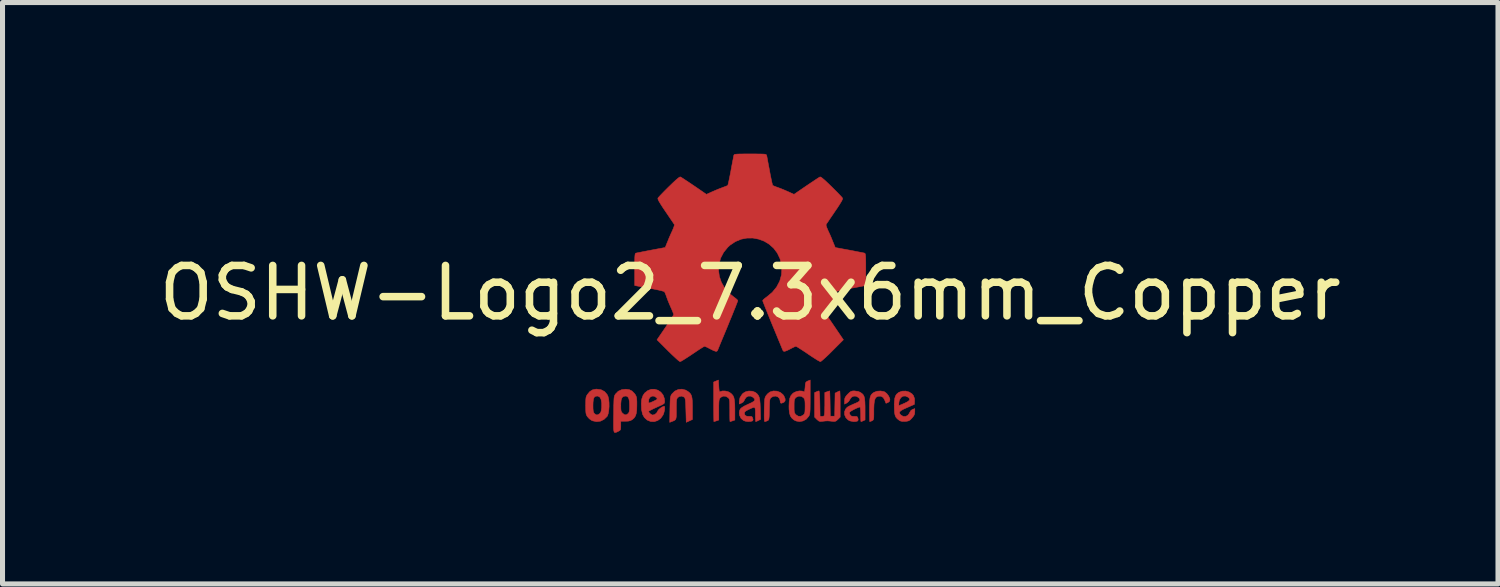
<source format=kicad_pcb>
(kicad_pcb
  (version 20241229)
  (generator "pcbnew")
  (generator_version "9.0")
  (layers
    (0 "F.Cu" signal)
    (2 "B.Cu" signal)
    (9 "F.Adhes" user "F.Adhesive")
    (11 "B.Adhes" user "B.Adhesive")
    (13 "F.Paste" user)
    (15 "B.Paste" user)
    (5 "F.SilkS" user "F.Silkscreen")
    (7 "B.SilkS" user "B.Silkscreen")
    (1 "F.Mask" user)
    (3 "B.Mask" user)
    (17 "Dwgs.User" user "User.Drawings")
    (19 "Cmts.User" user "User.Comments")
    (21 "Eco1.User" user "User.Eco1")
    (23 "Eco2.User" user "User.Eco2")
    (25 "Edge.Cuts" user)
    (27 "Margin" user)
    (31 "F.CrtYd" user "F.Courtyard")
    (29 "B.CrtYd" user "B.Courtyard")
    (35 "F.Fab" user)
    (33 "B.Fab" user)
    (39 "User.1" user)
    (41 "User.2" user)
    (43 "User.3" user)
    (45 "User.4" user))
  (footprint "OSHW-Logo2_7.3x6mm_Copper"
    (layer "F.Cu")
    (at 11.839 2.763)
    (property "Reference" "OSHW-Logo2_7.3x6mm_Copper" (at 0 0 0) (layer "F.SilkS") (effects (font (size 1 1) (thickness 0.15))))
    (attr exclude_from_pos_files exclude_from_bom allow_missing_courtyard)
    (fp_poly (pts (xy 2.653 1.959) (xy 2.67 1.966) (xy 2.711 1.999) (xy 2.747 2.047) (xy 2.769 2.097) (xy 2.772 2.122) (xy 2.76 2.157) (xy 2.734 2.175) (xy 2.706 2.187) (xy 2.693 2.189) (xy 2.687 2.174) (xy 2.674 2.141) (xy 2.669 2.127) (xy 2.639 2.076) (xy 2.595 2.05) (xy 2.538 2.051) (xy 2.534 2.052) (xy 2.504 2.067) (xy 2.481 2.094) (xy 2.466 2.139) (xy 2.457 2.205) (xy 2.453 2.294) (xy 2.453 2.341) (xy 2.453 2.416) (xy 2.452 2.467) (xy 2.448 2.499) (xy 2.442 2.518) (xy 2.432 2.529) (xy 2.417 2.537) (xy 2.416 2.538) (xy 2.387 2.55) (xy 2.372 2.555) (xy 2.37 2.541) (xy 2.368 2.503) (xy 2.367 2.446) (xy 2.366 2.374) (xy 2.366 2.322) (xy 2.367 2.22) (xy 2.37 2.143) (xy 2.377 2.086) (xy 2.389 2.045) (xy 2.407 2.014) (xy 2.432 1.99) (xy 2.457 1.973) (xy 2.517 1.951) (xy 2.587 1.946) (xy 2.653 1.959)) (stroke (width 0.01) (type solid)) (fill yes) (layer "F.Cu"))
    (fp_poly (pts (xy -1.284 1.928) (xy -1.237 1.955) (xy -1.205 1.981) (xy -1.181 2.009) (xy -1.165 2.044) (xy -1.155 2.089) (xy -1.149 2.151) (xy -1.147 2.234) (xy -1.147 2.293) (xy -1.147 2.512) (xy -1.208 2.54) (xy -1.27 2.568) (xy -1.277 2.328) (xy -1.28 2.238) (xy -1.283 2.173) (xy -1.287 2.128) (xy -1.293 2.099) (xy -1.3 2.081) (xy -1.31 2.07) (xy -1.313 2.067) (xy -1.36 2.048) (xy -1.408 2.056) (xy -1.437 2.076) (xy -1.449 2.09) (xy -1.457 2.108) (xy -1.462 2.136) (xy -1.465 2.179) (xy -1.466 2.242) (xy -1.466 2.307) (xy -1.466 2.389) (xy -1.467 2.447) (xy -1.472 2.486) (xy -1.482 2.512) (xy -1.499 2.528) (xy -1.525 2.541) (xy -1.56 2.554) (xy -1.598 2.569) (xy -1.594 2.311) (xy -1.592 2.219) (xy -1.59 2.15) (xy -1.587 2.101) (xy -1.582 2.066) (xy -1.575 2.042) (xy -1.566 2.022) (xy -1.554 2.005) (xy -1.499 1.95) (xy -1.431 1.918) (xy -1.357 1.91) (xy -1.284 1.928)) (stroke (width 0.01) (type solid)) (fill yes) (layer "F.Cu"))
    (fp_poly (pts (xy 0.53 1.95) (xy 0.596 1.974) (xy 0.649 2.017) (xy 0.67 2.047) (xy 0.693 2.103) (xy 0.692 2.143) (xy 0.669 2.17) (xy 0.66 2.175) (xy 0.622 2.189) (xy 0.602 2.185) (xy 0.595 2.161) (xy 0.595 2.148) (xy 0.583 2.099) (xy 0.551 2.065) (xy 0.508 2.048) (xy 0.459 2.053) (xy 0.419 2.074) (xy 0.405 2.087) (xy 0.396 2.101) (xy 0.389 2.124) (xy 0.385 2.159) (xy 0.383 2.212) (xy 0.381 2.288) (xy 0.38 2.312) (xy 0.378 2.394) (xy 0.376 2.451) (xy 0.372 2.49) (xy 0.367 2.513) (xy 0.359 2.526) (xy 0.347 2.535) (xy 0.339 2.538) (xy 0.307 2.55) (xy 0.288 2.555) (xy 0.282 2.541) (xy 0.278 2.5) (xy 0.277 2.431) (xy 0.278 2.334) (xy 0.278 2.319) (xy 0.28 2.23) (xy 0.283 2.165) (xy 0.286 2.119) (xy 0.292 2.087) (xy 0.3 2.064) (xy 0.311 2.044) (xy 0.317 2.035) (xy 0.35 1.998) (xy 0.388 1.969) (xy 0.392 1.966) (xy 0.459 1.946) (xy 0.53 1.95)) (stroke (width 0.01) (type solid)) (fill yes) (layer "F.Cu"))
    (fp_poly (pts (xy -0.624 1.851) (xy -0.62 1.911) (xy -0.615 1.946) (xy -0.608 1.961) (xy -0.598 1.961) (xy -0.595 1.959) (xy -0.552 1.946) (xy -0.497 1.947) (xy -0.44 1.96) (xy -0.405 1.978) (xy -0.369 2.006) (xy -0.342 2.038) (xy -0.324 2.078) (xy -0.313 2.132) (xy -0.307 2.204) (xy -0.305 2.299) (xy -0.305 2.317) (xy -0.305 2.523) (xy -0.351 2.539) (xy -0.383 2.549) (xy -0.401 2.554) (xy -0.401 2.555) (xy -0.403 2.541) (xy -0.405 2.503) (xy -0.406 2.446) (xy -0.406 2.375) (xy -0.406 2.332) (xy -0.407 2.247) (xy -0.408 2.186) (xy -0.41 2.144) (xy -0.415 2.117) (xy -0.422 2.098) (xy -0.433 2.085) (xy -0.44 2.078) (xy -0.487 2.051) (xy -0.538 2.049) (xy -0.584 2.072) (xy -0.593 2.08) (xy -0.605 2.095) (xy -0.614 2.114) (xy -0.619 2.14) (xy -0.622 2.18) (xy -0.624 2.238) (xy -0.624 2.318) (xy -0.624 2.523) (xy -0.67 2.539) (xy -0.702 2.549) (xy -0.72 2.554) (xy -0.721 2.555) (xy -0.722 2.541) (xy -0.723 2.501) (xy -0.724 2.441) (xy -0.725 2.362) (xy -0.726 2.269) (xy -0.726 2.167) (xy -0.726 1.769) (xy -0.679 1.749) (xy -0.631 1.73) (xy -0.624 1.851)) (stroke (width 0.01) (type solid)) (fill yes) (layer "F.Cu"))
    (fp_poly (pts (xy 1.78 1.959) (xy 1.782 1.997) (xy 1.784 2.055) (xy 1.785 2.128) (xy 1.785 2.205) (xy 1.785 2.465) (xy 1.739 2.511) (xy 1.708 2.539) (xy 1.68 2.551) (xy 1.642 2.55) (xy 1.627 2.548) (xy 1.58 2.543) (xy 1.541 2.54) (xy 1.531 2.54) (xy 1.499 2.541) (xy 1.453 2.546) (xy 1.436 2.548) (xy 1.392 2.552) (xy 1.363 2.544) (xy 1.334 2.521) (xy 1.323 2.511) (xy 1.277 2.465) (xy 1.277 1.979) (xy 1.314 1.962) (xy 1.346 1.949) (xy 1.365 1.945) (xy 1.369 1.959) (xy 1.374 1.997) (xy 1.378 2.056) (xy 1.381 2.132) (xy 1.382 2.195) (xy 1.386 2.446) (xy 1.421 2.451) (xy 1.452 2.447) (xy 1.468 2.436) (xy 1.472 2.415) (xy 1.476 2.371) (xy 1.478 2.309) (xy 1.48 2.235) (xy 1.48 2.197) (xy 1.48 1.977) (xy 1.526 1.961) (xy 1.559 1.95) (xy 1.576 1.945) (xy 1.577 1.945) (xy 1.578 1.959) (xy 1.58 1.997) (xy 1.582 2.054) (xy 1.584 2.127) (xy 1.585 2.195) (xy 1.589 2.446) (xy 1.676 2.446) (xy 1.68 2.217) (xy 1.684 1.989) (xy 1.727 1.967) (xy 1.758 1.952) (xy 1.777 1.945) (xy 1.777 1.945) (xy 1.78 1.959)) (stroke (width 0.01) (type solid)) (fill yes) (layer "F.Cu"))
    (fp_poly (pts (xy -2.959 1.922) (xy -2.891 1.958) (xy -2.841 2.015) (xy -2.823 2.052) (xy -2.809 2.108) (xy -2.802 2.178) (xy -2.801 2.255) (xy -2.807 2.33) (xy -2.818 2.394) (xy -2.834 2.441) (xy -2.839 2.449) (xy -2.9 2.509) (xy -2.971 2.545) (xy -3.049 2.555) (xy -3.127 2.539) (xy -3.149 2.529) (xy -3.192 2.499) (xy -3.229 2.459) (xy -3.233 2.454) (xy -3.247 2.43) (xy -3.257 2.404) (xy -3.262 2.37) (xy -3.265 2.321) (xy -3.266 2.251) (xy -3.266 2.235) (xy -3.266 2.23) (xy -3.121 2.23) (xy -3.12 2.296) (xy -3.116 2.34) (xy -3.109 2.369) (xy -3.098 2.388) (xy -3.092 2.395) (xy -3.057 2.42) (xy -3.023 2.419) (xy -2.989 2.397) (xy -2.969 2.374) (xy -2.957 2.34) (xy -2.95 2.288) (xy -2.949 2.281) (xy -2.948 2.186) (xy -2.96 2.114) (xy -2.985 2.068) (xy -3.023 2.048) (xy -3.037 2.047) (xy -3.073 2.052) (xy -3.097 2.072) (xy -3.112 2.109) (xy -3.119 2.168) (xy -3.121 2.23) (xy -3.266 2.23) (xy -3.265 2.16) (xy -3.263 2.108) (xy -3.258 2.072) (xy -3.249 2.045) (xy -3.236 2.022) (xy -3.233 2.017) (xy -3.184 1.958) (xy -3.13 1.924) (xy -3.064 1.91) (xy -3.042 1.91) (xy -2.959 1.922)) (stroke (width 0.01) (type solid)) (fill yes) (layer "F.Cu"))
    (fp_poly (pts (xy 3.154 1.967) (xy 3.211 2.004) (xy 3.239 2.038) (xy 3.261 2.099) (xy 3.262 2.147) (xy 3.258 2.212) (xy 3.11 2.277) (xy 3.037 2.31) (xy 2.99 2.337) (xy 2.966 2.36) (xy 2.961 2.383) (xy 2.975 2.407) (xy 2.99 2.424) (xy 3.034 2.45) (xy 3.081 2.452) (xy 3.125 2.432) (xy 3.157 2.391) (xy 3.163 2.376) (xy 3.191 2.331) (xy 3.222 2.312) (xy 3.266 2.296) (xy 3.266 2.358) (xy 3.262 2.4) (xy 3.247 2.436) (xy 3.215 2.477) (xy 3.211 2.482) (xy 3.176 2.519) (xy 3.145 2.538) (xy 3.108 2.547) (xy 3.076 2.55) (xy 3.02 2.551) (xy 2.981 2.542) (xy 2.956 2.528) (xy 2.917 2.497) (xy 2.89 2.465) (xy 2.873 2.423) (xy 2.863 2.368) (xy 2.86 2.291) (xy 2.859 2.253) (xy 2.86 2.206) (xy 2.948 2.206) (xy 2.949 2.231) (xy 2.952 2.235) (xy 2.968 2.23) (xy 3.004 2.215) (xy 3.052 2.194) (xy 3.062 2.19) (xy 3.123 2.159) (xy 3.157 2.132) (xy 3.164 2.106) (xy 3.146 2.08) (xy 3.132 2.069) (xy 3.079 2.046) (xy 3.03 2.05) (xy 2.989 2.078) (xy 2.961 2.127) (xy 2.952 2.166) (xy 2.948 2.206) (xy 2.86 2.206) (xy 2.861 2.162) (xy 2.868 2.095) (xy 2.882 2.047) (xy 2.904 2.011) (xy 2.937 1.983) (xy 2.951 1.973) (xy 3.015 1.95) (xy 3.085 1.948) (xy 3.154 1.967)) (stroke (width 0.01) (type solid)) (fill yes) (layer "F.Cu"))
    (fp_poly (pts (xy 1.19 2.065) (xy 1.19 2.174) (xy 1.189 2.257) (xy 1.188 2.32) (xy 1.185 2.365) (xy 1.181 2.397) (xy 1.175 2.421) (xy 1.167 2.439) (xy 1.161 2.449) (xy 1.112 2.506) (xy 1.049 2.541) (xy 0.98 2.554) (xy 0.911 2.542) (xy 0.869 2.522) (xy 0.826 2.485) (xy 0.796 2.441) (xy 0.779 2.383) (xy 0.77 2.306) (xy 0.769 2.25) (xy 0.769 2.246) (xy 0.871 2.246) (xy 0.871 2.311) (xy 0.874 2.354) (xy 0.881 2.382) (xy 0.893 2.402) (xy 0.906 2.417) (xy 0.953 2.447) (xy 1.004 2.449) (xy 1.051 2.425) (xy 1.055 2.421) (xy 1.071 2.404) (xy 1.081 2.383) (xy 1.086 2.352) (xy 1.088 2.305) (xy 1.089 2.252) (xy 1.088 2.185) (xy 1.085 2.141) (xy 1.078 2.112) (xy 1.066 2.091) (xy 1.057 2.08) (xy 1.013 2.052) (xy 0.962 2.049) (xy 0.914 2.07) (xy 0.904 2.078) (xy 0.889 2.096) (xy 0.879 2.117) (xy 0.873 2.148) (xy 0.871 2.196) (xy 0.871 2.246) (xy 0.769 2.246) (xy 0.773 2.159) (xy 0.785 2.09) (xy 0.807 2.039) (xy 0.842 1.998) (xy 0.869 1.978) (xy 0.919 1.956) (xy 0.976 1.945) (xy 1.03 1.948) (xy 1.06 1.959) (xy 1.071 1.962) (xy 1.079 1.951) (xy 1.084 1.919) (xy 1.089 1.871) (xy 1.093 1.817) (xy 1.099 1.784) (xy 1.111 1.766) (xy 1.131 1.754) (xy 1.143 1.748) (xy 1.19 1.729) (xy 1.19 2.065)) (stroke (width 0.01) (type solid)) (fill yes) (layer "F.Cu"))
    (fp_poly (pts (xy -1.832 1.931) (xy -1.774 1.97) (xy -1.73 2.025) (xy -1.704 2.096) (xy -1.698 2.148) (xy -1.699 2.17) (xy -1.704 2.187) (xy -1.718 2.201) (xy -1.745 2.218) (xy -1.79 2.239) (xy -1.857 2.269) (xy -1.858 2.27) (xy -1.92 2.298) (xy -1.97 2.323) (xy -2.005 2.342) (xy -2.017 2.353) (xy -2.017 2.353) (xy -2.006 2.376) (xy -1.98 2.402) (xy -1.949 2.42) (xy -1.934 2.424) (xy -1.891 2.411) (xy -1.855 2.379) (xy -1.837 2.345) (xy -1.82 2.319) (xy -1.787 2.29) (xy -1.748 2.264) (xy -1.713 2.25) (xy -1.706 2.25) (xy -1.698 2.262) (xy -1.697 2.294) (xy -1.703 2.337) (xy -1.715 2.383) (xy -1.73 2.423) (xy -1.731 2.424) (xy -1.777 2.489) (xy -1.837 2.533) (xy -1.906 2.555) (xy -1.976 2.552) (xy -2.044 2.524) (xy -2.047 2.522) (xy -2.101 2.473) (xy -2.136 2.41) (xy -2.155 2.327) (xy -2.158 2.304) (xy -2.162 2.194) (xy -2.157 2.143) (xy -2.017 2.143) (xy -2.016 2.175) (xy -2.006 2.184) (xy -1.981 2.177) (xy -1.942 2.161) (xy -1.899 2.14) (xy -1.898 2.139) (xy -1.861 2.12) (xy -1.846 2.107) (xy -1.85 2.093) (xy -1.865 2.076) (xy -1.904 2.05) (xy -1.946 2.048) (xy -1.984 2.067) (xy -2.01 2.103) (xy -2.017 2.143) (xy -2.157 2.143) (xy -2.153 2.106) (xy -2.128 2.036) (xy -2.095 1.987) (xy -2.033 1.938) (xy -1.966 1.913) (xy -1.897 1.912) (xy -1.832 1.931)) (stroke (width 0.01) (type solid)) (fill yes) (layer "F.Cu"))
    (fp_poly (pts (xy 0.04 1.951) (xy 0.097 1.972) (xy 0.097 1.972) (xy 0.132 1.998) (xy 0.158 2.029) (xy 0.177 2.068) (xy 0.189 2.121) (xy 0.196 2.194) (xy 0.2 2.289) (xy 0.201 2.303) (xy 0.206 2.509) (xy 0.162 2.532) (xy 0.13 2.547) (xy 0.11 2.554) (xy 0.11 2.555) (xy 0.106 2.541) (xy 0.104 2.505) (xy 0.102 2.451) (xy 0.102 2.408) (xy 0.102 2.339) (xy 0.098 2.295) (xy 0.087 2.274) (xy 0.064 2.273) (xy 0.022 2.289) (xy -0.04 2.318) (xy -0.086 2.342) (xy -0.109 2.363) (xy -0.116 2.386) (xy -0.116 2.387) (xy -0.105 2.426) (xy -0.071 2.447) (xy -0.019 2.451) (xy 0.018 2.45) (xy 0.038 2.461) (xy 0.05 2.487) (xy 0.057 2.519) (xy 0.047 2.538) (xy 0.043 2.541) (xy 0.007 2.551) (xy -0.043 2.553) (xy -0.095 2.546) (xy -0.132 2.533) (xy -0.183 2.49) (xy -0.212 2.429) (xy -0.218 2.382) (xy -0.213 2.34) (xy -0.198 2.305) (xy -0.166 2.275) (xy -0.115 2.244) (xy -0.041 2.209) (xy -0.036 2.207) (xy 0.031 2.176) (xy 0.072 2.151) (xy 0.09 2.128) (xy 0.086 2.105) (xy 0.063 2.078) (xy 0.056 2.072) (xy 0.009 2.048) (xy -0.04 2.049) (xy -0.082 2.072) (xy -0.111 2.116) (xy -0.113 2.124) (xy -0.139 2.165) (xy -0.171 2.185) (xy -0.218 2.205) (xy -0.218 2.154) (xy -0.204 2.08) (xy -0.161 2.012) (xy -0.139 1.99) (xy -0.089 1.961) (xy -0.026 1.947) (xy 0.04 1.951)) (stroke (width 0.01) (type solid)) (fill yes) (layer "F.Cu"))
    (fp_poly (pts (xy -2.4 1.92) (xy -2.345 1.948) (xy -2.296 1.998) (xy -2.282 2.017) (xy -2.268 2.042) (xy -2.258 2.069) (xy -2.253 2.105) (xy -2.25 2.156) (xy -2.25 2.224) (xy -2.252 2.318) (xy -2.261 2.388) (xy -2.277 2.44) (xy -2.303 2.48) (xy -2.34 2.513) (xy -2.342 2.515) (xy -2.379 2.535) (xy -2.422 2.545) (xy -2.478 2.547) (xy -2.569 2.547) (xy -2.569 2.635) (xy -2.57 2.684) (xy -2.575 2.713) (xy -2.588 2.73) (xy -2.614 2.745) (xy -2.62 2.748) (xy -2.649 2.762) (xy -2.672 2.77) (xy -2.688 2.771) (xy -2.7 2.761) (xy -2.707 2.737) (xy -2.712 2.696) (xy -2.713 2.636) (xy -2.713 2.553) (xy -2.712 2.445) (xy -2.711 2.413) (xy -2.71 2.302) (xy -2.709 2.229) (xy -2.569 2.229) (xy -2.568 2.29) (xy -2.565 2.331) (xy -2.557 2.358) (xy -2.543 2.378) (xy -2.533 2.388) (xy -2.495 2.418) (xy -2.46 2.42) (xy -2.425 2.396) (xy -2.424 2.395) (xy -2.409 2.376) (xy -2.401 2.351) (xy -2.396 2.312) (xy -2.395 2.252) (xy -2.395 2.238) (xy -2.398 2.156) (xy -2.409 2.099) (xy -2.429 2.064) (xy -2.458 2.048) (xy -2.476 2.047) (xy -2.516 2.054) (xy -2.544 2.078) (xy -2.561 2.123) (xy -2.568 2.191) (xy -2.569 2.229) (xy -2.709 2.229) (xy -2.708 2.215) (xy -2.706 2.15) (xy -2.704 2.103) (xy -2.7 2.069) (xy -2.694 2.045) (xy -2.687 2.028) (xy -2.677 2.012) (xy -2.673 2.006) (xy -2.619 1.951) (xy -2.55 1.92) (xy -2.47 1.911) (xy -2.4 1.92)) (stroke (width 0.01) (type solid)) (fill yes) (layer "F.Cu"))
    (fp_poly (pts (xy 2.145 1.956) (xy 2.187 1.975) (xy 2.219 1.998) (xy 2.244 2.024) (xy 2.26 2.057) (xy 2.271 2.103) (xy 2.276 2.165) (xy 2.279 2.249) (xy 2.279 2.305) (xy 2.279 2.521) (xy 2.242 2.538) (xy 2.213 2.55) (xy 2.198 2.555) (xy 2.195 2.541) (xy 2.193 2.505) (xy 2.192 2.452) (xy 2.192 2.409) (xy 2.19 2.348) (xy 2.187 2.3) (xy 2.182 2.271) (xy 2.178 2.264) (xy 2.153 2.271) (xy 2.112 2.287) (xy 2.066 2.309) (xy 2.021 2.333) (xy 1.986 2.355) (xy 1.97 2.37) (xy 1.97 2.37) (xy 1.971 2.397) (xy 1.984 2.423) (xy 2.006 2.444) (xy 2.038 2.451) (xy 2.065 2.451) (xy 2.104 2.45) (xy 2.124 2.459) (xy 2.136 2.483) (xy 2.138 2.488) (xy 2.143 2.522) (xy 2.129 2.543) (xy 2.092 2.552) (xy 2.052 2.554) (xy 1.981 2.541) (xy 1.943 2.521) (xy 1.898 2.476) (xy 1.873 2.42) (xy 1.871 2.361) (xy 1.892 2.306) (xy 1.923 2.271) (xy 1.953 2.252) (xy 2.002 2.228) (xy 2.058 2.203) (xy 2.068 2.199) (xy 2.13 2.172) (xy 2.166 2.148) (xy 2.177 2.124) (xy 2.167 2.097) (xy 2.148 2.076) (xy 2.104 2.05) (xy 2.056 2.048) (xy 2.012 2.068) (xy 1.981 2.108) (xy 1.977 2.118) (xy 1.952 2.156) (xy 1.917 2.184) (xy 1.872 2.207) (xy 1.872 2.141) (xy 1.875 2.102) (xy 1.886 2.07) (xy 1.911 2.036) (xy 1.935 2.01) (xy 1.972 1.974) (xy 2.001 1.954) (xy 2.033 1.946) (xy 2.068 1.945) (xy 2.145 1.956)) (stroke (width 0.01) (type solid)) (fill yes) (layer "F.Cu"))
    (fp_poly (pts (xy 0.104 -2.758) (xy 0.182 -2.757) (xy 0.239 -2.756) (xy 0.278 -2.754) (xy 0.303 -2.75) (xy 0.316 -2.744) (xy 0.323 -2.737) (xy 0.326 -2.726) (xy 0.327 -2.725) (xy 0.332 -2.701) (xy 0.341 -2.653) (xy 0.353 -2.587) (xy 0.368 -2.508) (xy 0.385 -2.42) (xy 0.385 -2.417) (xy 0.401 -2.331) (xy 0.417 -2.255) (xy 0.43 -2.194) (xy 0.44 -2.152) (xy 0.446 -2.133) (xy 0.447 -2.133) (xy 0.465 -2.124) (xy 0.502 -2.109) (xy 0.551 -2.091) (xy 0.552 -2.091) (xy 0.613 -2.068) (xy 0.686 -2.038) (xy 0.754 -2.008) (xy 0.757 -2.007) (xy 0.869 -1.956) (xy 1.115 -2.125) (xy 1.191 -2.176) (xy 1.26 -2.222) (xy 1.317 -2.26) (xy 1.359 -2.287) (xy 1.383 -2.301) (xy 1.385 -2.302) (xy 1.402 -2.298) (xy 1.434 -2.275) (xy 1.481 -2.235) (xy 1.546 -2.174) (xy 1.612 -2.11) (xy 1.676 -2.046) (xy 1.733 -1.989) (xy 1.78 -1.94) (xy 1.814 -1.904) (xy 1.83 -1.884) (xy 1.831 -1.883) (xy 1.833 -1.869) (xy 1.826 -1.847) (xy 1.809 -1.814) (xy 1.779 -1.765) (xy 1.737 -1.699) (xy 1.679 -1.614) (xy 1.629 -1.54) (xy 1.583 -1.473) (xy 1.546 -1.417) (xy 1.519 -1.378) (xy 1.506 -1.357) (xy 1.505 -1.356) (xy 1.507 -1.336) (xy 1.519 -1.298) (xy 1.54 -1.248) (xy 1.547 -1.232) (xy 1.58 -1.162) (xy 1.614 -1.082) (xy 1.642 -1.012) (xy 1.663 -0.961) (xy 1.679 -0.922) (xy 1.688 -0.901) (xy 1.689 -0.9) (xy 1.706 -0.897) (xy 1.746 -0.89) (xy 1.804 -0.879) (xy 1.875 -0.866) (xy 1.952 -0.852) (xy 2.032 -0.837) (xy 2.107 -0.822) (xy 2.174 -0.809) (xy 2.227 -0.799) (xy 2.26 -0.792) (xy 2.268 -0.79) (xy 2.276 -0.785) (xy 2.283 -0.774) (xy 2.287 -0.754) (xy 2.29 -0.72) (xy 2.292 -0.67) (xy 2.293 -0.599) (xy 2.293 -0.504) (xy 2.293 -0.465) (xy 2.293 -0.147) (xy 2.217 -0.132) (xy 2.175 -0.124) (xy 2.111 -0.112) (xy 2.035 -0.098) (xy 1.953 -0.083) (xy 1.93 -0.079) (xy 1.855 -0.064) (xy 1.789 -0.049) (xy 1.738 -0.037) (xy 1.709 -0.027) (xy 1.704 -0.024) (xy 1.691 -0.003) (xy 1.674 0.038) (xy 1.655 0.09) (xy 1.651 0.102) (xy 1.625 0.172) (xy 1.594 0.25) (xy 1.563 0.321) (xy 1.563 0.322) (xy 1.511 0.433) (xy 1.68 0.681) (xy 1.849 0.93) (xy 1.632 1.147) (xy 1.567 1.212) (xy 1.507 1.269) (xy 1.456 1.315) (xy 1.418 1.348) (xy 1.396 1.363) (xy 1.392 1.364) (xy 1.374 1.356) (xy 1.335 1.335) (xy 1.281 1.301) (xy 1.216 1.259) (xy 1.146 1.212) (xy 1.075 1.164) (xy 1.011 1.122) (xy 0.959 1.089) (xy 0.923 1.067) (xy 0.907 1.06) (xy 0.887 1.066) (xy 0.85 1.083) (xy 0.803 1.107) (xy 0.798 1.11) (xy 0.734 1.142) (xy 0.69 1.158) (xy 0.663 1.158) (xy 0.649 1.143) (xy 0.649 1.143) (xy 0.642 1.126) (xy 0.625 1.085) (xy 0.6 1.024) (xy 0.567 0.945) (xy 0.529 0.852) (xy 0.486 0.748) (xy 0.444 0.648) (xy 0.399 0.537) (xy 0.357 0.434) (xy 0.32 0.342) (xy 0.289 0.265) (xy 0.266 0.206) (xy 0.251 0.167) (xy 0.247 0.153) (xy 0.258 0.136) (xy 0.287 0.11) (xy 0.326 0.081) (xy 0.437 -0.011) (xy 0.523 -0.116) (xy 0.585 -0.233) (xy 0.62 -0.358) (xy 0.628 -0.49) (xy 0.622 -0.552) (xy 0.591 -0.678) (xy 0.538 -0.79) (xy 0.466 -0.886) (xy 0.378 -0.965) (xy 0.278 -1.026) (xy 0.168 -1.067) (xy 0.053 -1.089) (xy -0.065 -1.088) (xy -0.181 -1.066) (xy -0.294 -1.019) (xy -0.4 -0.948) (xy -0.444 -0.908) (xy -0.528 -0.805) (xy -0.587 -0.692) (xy -0.62 -0.573) (xy -0.629 -0.451) (xy -0.613 -0.329) (xy -0.573 -0.211) (xy -0.51 -0.1) (xy -0.423 0.002) (xy -0.326 0.081) (xy -0.286 0.111) (xy -0.257 0.137) (xy -0.247 0.153) (xy -0.252 0.17) (xy -0.267 0.21) (xy -0.291 0.272) (xy -0.323 0.35) (xy -0.36 0.443) (xy -0.403 0.546) (xy -0.444 0.648) (xy -0.49 0.759) (xy -0.533 0.862) (xy -0.571 0.953) (xy -0.603 1.03) (xy -0.627 1.09) (xy -0.643 1.129) (xy -0.649 1.143) (xy -0.663 1.158) (xy -0.69 1.158) (xy -0.734 1.142) (xy -0.797 1.11) (xy -0.798 1.11) (xy -0.845 1.085) (xy -0.884 1.067) (xy -0.906 1.06) (xy -0.907 1.06) (xy -0.923 1.067) (xy -0.96 1.089) (xy -1.012 1.122) (xy -1.075 1.164) (xy -1.146 1.212) (xy -1.218 1.26) (xy -1.283 1.302) (xy -1.336 1.335) (xy -1.374 1.357) (xy -1.392 1.364) (xy -1.409 1.354) (xy -1.443 1.327) (xy -1.49 1.284) (xy -1.547 1.231) (xy -1.612 1.168) (xy -1.633 1.147) (xy -1.85 0.93) (xy -1.684 0.687) (xy -1.634 0.613) (xy -1.59 0.546) (xy -1.555 0.491) (xy -1.53 0.451) (xy -1.519 0.43) (xy -1.519 0.429) (xy -1.525 0.409) (xy -1.54 0.37) (xy -1.562 0.317) (xy -1.578 0.282) (xy -1.607 0.215) (xy -1.635 0.147) (xy -1.656 0.09) (xy -1.662 0.073) (xy -1.679 0.026) (xy -1.695 -0.01) (xy -1.704 -0.024) (xy -1.723 -0.032) (xy -1.766 -0.044) (xy -1.826 -0.058) (xy -1.898 -0.073) (xy -1.93 -0.079) (xy -2.012 -0.094) (xy -2.091 -0.108) (xy -2.159 -0.121) (xy -2.208 -0.13) (xy -2.217 -0.132) (xy -2.293 -0.147) (xy -2.293 -0.465) (xy -2.293 -0.569) (xy -2.292 -0.648) (xy -2.291 -0.705) (xy -2.288 -0.744) (xy -2.284 -0.769) (xy -2.279 -0.782) (xy -2.271 -0.789) (xy -2.268 -0.79) (xy -2.249 -0.794) (xy -2.207 -0.802) (xy -2.148 -0.814) (xy -2.077 -0.828) (xy -1.999 -0.843) (xy -1.92 -0.858) (xy -1.845 -0.872) (xy -1.779 -0.884) (xy -1.727 -0.894) (xy -1.696 -0.899) (xy -1.689 -0.9) (xy -1.683 -0.912) (xy -1.669 -0.946) (xy -1.65 -0.994) (xy -1.642 -1.012) (xy -1.613 -1.085) (xy -1.578 -1.165) (xy -1.547 -1.232) (xy -1.525 -1.284) (xy -1.51 -1.326) (xy -1.504 -1.352) (xy -1.505 -1.356) (xy -1.516 -1.372) (xy -1.54 -1.409) (xy -1.576 -1.461) (xy -1.62 -1.526) (xy -1.67 -1.6) (xy -1.68 -1.614) (xy -1.738 -1.7) (xy -1.78 -1.766) (xy -1.809 -1.814) (xy -1.826 -1.847) (xy -1.833 -1.869) (xy -1.831 -1.883) (xy -1.831 -1.883) (xy -1.816 -1.901) (xy -1.785 -1.935) (xy -1.739 -1.983) (xy -1.683 -2.04) (xy -1.62 -2.103) (xy -1.612 -2.11) (xy -1.533 -2.187) (xy -1.471 -2.244) (xy -1.427 -2.281) (xy -1.398 -2.3) (xy -1.385 -2.302) (xy -1.367 -2.292) (xy -1.328 -2.267) (xy -1.274 -2.231) (xy -1.207 -2.187) (xy -1.133 -2.137) (xy -1.115 -2.125) (xy -0.869 -1.956) (xy -0.757 -2.007) (xy -0.69 -2.036) (xy -0.617 -2.066) (xy -0.554 -2.09) (xy -0.552 -2.091) (xy -0.503 -2.109) (xy -0.465 -2.124) (xy -0.447 -2.133) (xy -0.447 -2.133) (xy -0.441 -2.149) (xy -0.431 -2.19) (xy -0.418 -2.25) (xy -0.403 -2.325) (xy -0.386 -2.41) (xy -0.385 -2.417) (xy -0.369 -2.505) (xy -0.354 -2.585) (xy -0.341 -2.651) (xy -0.332 -2.7) (xy -0.327 -2.725) (xy -0.327 -2.725) (xy -0.323 -2.736) (xy -0.317 -2.744) (xy -0.305 -2.75) (xy -0.281 -2.753) (xy -0.244 -2.756) (xy -0.19 -2.757) (xy -0.114 -2.758) (xy -0.013 -2.758) (xy 0 -2.758) (xy 0.104 -2.758)) (stroke (width 0.01) (type solid)) (fill yes) (layer "F.Cu")))
  (gr_rect
    (start -3 -3)
    (end 26.679 8.539)
    (stroke (width 0.1) (type default))
    (fill no)
    (layer "Edge.Cuts")))
</source>
